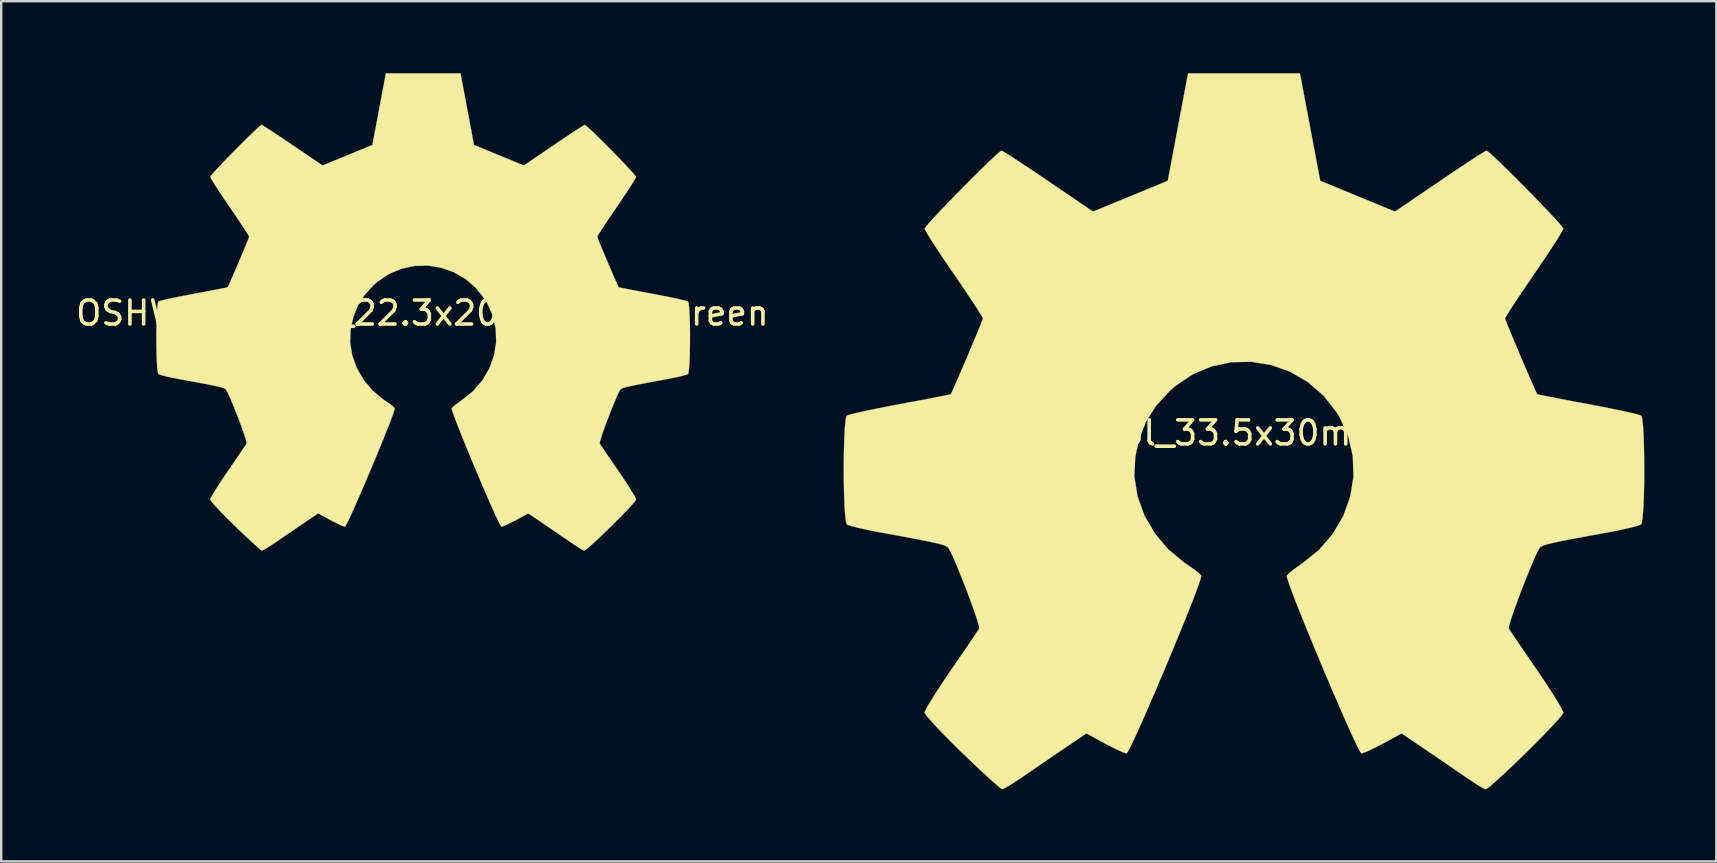
<source format=kicad_pcb>
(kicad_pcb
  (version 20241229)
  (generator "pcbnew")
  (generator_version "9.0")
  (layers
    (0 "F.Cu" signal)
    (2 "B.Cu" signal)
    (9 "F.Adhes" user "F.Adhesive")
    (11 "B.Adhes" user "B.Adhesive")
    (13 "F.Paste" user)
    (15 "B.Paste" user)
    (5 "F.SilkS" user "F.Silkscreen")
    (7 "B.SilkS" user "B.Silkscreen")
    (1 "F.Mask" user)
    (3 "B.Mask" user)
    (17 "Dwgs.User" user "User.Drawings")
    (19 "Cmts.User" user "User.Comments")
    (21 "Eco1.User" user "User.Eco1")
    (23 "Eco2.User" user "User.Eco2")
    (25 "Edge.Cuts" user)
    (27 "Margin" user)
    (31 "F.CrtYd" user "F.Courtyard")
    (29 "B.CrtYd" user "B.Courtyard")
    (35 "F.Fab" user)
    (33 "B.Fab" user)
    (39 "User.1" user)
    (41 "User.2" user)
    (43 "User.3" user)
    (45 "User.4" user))
  (footprint "OSHW-Symbol_22.3x20mm_SilkScreen"
    (layer "F.Cu")
    (at 14.554 9.997)
    (property "Reference" "OSHW-Symbol_22.3x20mm_SilkScreen" (at 0 0 0) (layer "F.SilkS") (effects (font (size 1 1) (thickness 0.15))))
    (attr exclude_from_pos_files exclude_from_bom)
    (fp_poly (pts (xy 1.866 -8.499) (xy 2.148 -7.006) (xy 3.186 -6.578) (xy 4.225 -6.15) (xy 5.471 -6.997) (xy 5.82 -7.233) (xy 6.135 -7.443) (xy 6.402 -7.619) (xy 6.606 -7.75) (xy 6.733 -7.827) (xy 6.767 -7.844) (xy 6.83 -7.801) (xy 6.962 -7.683) (xy 7.151 -7.505) (xy 7.38 -7.281) (xy 7.635 -7.027) (xy 7.901 -6.758) (xy 8.164 -6.489) (xy 8.408 -6.235) (xy 8.618 -6.011) (xy 8.78 -5.833) (xy 8.879 -5.715) (xy 8.902 -5.676) (xy 8.868 -5.603) (xy 8.773 -5.444) (xy 8.627 -5.214) (xy 8.439 -4.929) (xy 8.22 -4.603) (xy 8.093 -4.418) (xy 7.862 -4.079) (xy 7.656 -3.773) (xy 7.487 -3.516) (xy 7.363 -3.322) (xy 7.294 -3.207) (xy 7.284 -3.182) (xy 7.307 -3.114) (xy 7.371 -2.953) (xy 7.465 -2.724) (xy 7.58 -2.448) (xy 7.707 -2.148) (xy 7.835 -1.847) (xy 7.956 -1.567) (xy 8.06 -1.331) (xy 8.136 -1.161) (xy 8.176 -1.08) (xy 8.179 -1.076) (xy 8.242 -1.061) (xy 8.41 -1.026) (xy 8.666 -0.976) (xy 8.992 -0.914) (xy 9.371 -0.842) (xy 9.591 -0.801) (xy 9.996 -0.724) (xy 10.362 -0.651) (xy 10.669 -0.585) (xy 10.901 -0.531) (xy 11.038 -0.493) (xy 11.066 -0.481) (xy 11.093 -0.4) (xy 11.115 -0.215) (xy 11.131 0.051) (xy 11.143 0.376) (xy 11.149 0.74) (xy 11.15 1.12) (xy 11.146 1.495) (xy 11.137 1.843) (xy 11.122 2.143) (xy 11.103 2.373) (xy 11.078 2.512) (xy 11.064 2.541) (xy 10.976 2.576) (xy 10.79 2.625) (xy 10.531 2.684) (xy 10.222 2.746) (xy 10.114 2.766) (xy 9.595 2.861) (xy 9.185 2.938) (xy 8.87 2.999) (xy 8.638 3.048) (xy 8.473 3.087) (xy 8.364 3.12) (xy 8.296 3.15) (xy 8.256 3.179) (xy 8.25 3.185) (xy 8.194 3.278) (xy 8.108 3.461) (xy 8.001 3.71) (xy 7.882 4.002) (xy 7.759 4.317) (xy 7.64 4.631) (xy 7.535 4.921) (xy 7.452 5.167) (xy 7.399 5.345) (xy 7.385 5.432) (xy 7.386 5.435) (xy 7.433 5.507) (xy 7.539 5.665) (xy 7.694 5.892) (xy 7.886 6.173) (xy 8.104 6.491) (xy 8.166 6.581) (xy 8.387 6.908) (xy 8.581 7.206) (xy 8.739 7.459) (xy 8.849 7.649) (xy 8.9 7.759) (xy 8.902 7.772) (xy 8.859 7.843) (xy 8.74 7.983) (xy 8.56 8.178) (xy 8.335 8.412) (xy 8.079 8.67) (xy 7.809 8.938) (xy 7.539 9.199) (xy 7.286 9.44) (xy 7.063 9.644) (xy 6.887 9.797) (xy 6.773 9.884) (xy 6.741 9.899) (xy 6.667 9.865) (xy 6.517 9.775) (xy 6.314 9.643) (xy 6.158 9.537) (xy 5.874 9.342) (xy 5.539 9.112) (xy 5.203 8.883) (xy 5.022 8.761) (xy 4.41 8.347) (xy 3.896 8.625) (xy 3.662 8.746) (xy 3.463 8.841) (xy 3.329 8.895) (xy 3.294 8.902) (xy 3.253 8.847) (xy 3.172 8.69) (xy 3.057 8.447) (xy 2.913 8.131) (xy 2.748 7.758) (xy 2.567 7.341) (xy 2.376 6.895) (xy 2.182 6.435) (xy 1.99 5.974) (xy 1.806 5.528) (xy 1.637 5.111) (xy 1.489 4.737) (xy 1.367 4.421) (xy 1.278 4.177) (xy 1.228 4.019) (xy 1.22 3.965) (xy 1.284 3.896) (xy 1.424 3.784) (xy 1.611 3.652) (xy 1.626 3.642) (xy 2.11 3.255) (xy 2.499 2.804) (xy 2.792 2.303) (xy 2.984 1.766) (xy 3.073 1.208) (xy 3.054 0.643) (xy 2.925 0.086) (xy 2.683 -0.449) (xy 2.611 -0.566) (xy 2.24 -1.038) (xy 1.801 -1.418) (xy 1.31 -1.702) (xy 0.782 -1.89) (xy 0.232 -1.978) (xy -0.325 -1.966) (xy -0.872 -1.85) (xy -1.397 -1.629) (xy -1.882 -1.302) (xy -2.032 -1.169) (xy -2.414 -0.753) (xy -2.692 -0.315) (xy -2.883 0.176) (xy -2.99 0.662) (xy -3.016 1.208) (xy -2.928 1.758) (xy -2.736 2.291) (xy -2.447 2.79) (xy -2.072 3.236) (xy -1.618 3.611) (xy -1.558 3.65) (xy -1.369 3.779) (xy -1.226 3.891) (xy -1.157 3.963) (xy -1.156 3.965) (xy -1.171 4.042) (xy -1.229 4.218) (xy -1.325 4.477) (xy -1.453 4.806) (xy -1.606 5.19) (xy -1.779 5.614) (xy -1.964 6.063) (xy -2.158 6.525) (xy -2.352 6.984) (xy -2.541 7.425) (xy -2.72 7.835) (xy -2.881 8.198) (xy -3.019 8.501) (xy -3.128 8.728) (xy -3.202 8.866) (xy -3.232 8.902) (xy -3.323 8.874) (xy -3.493 8.798) (xy -3.713 8.689) (xy -3.834 8.625) (xy -4.348 8.347) (xy -4.96 8.761) (xy -5.272 8.973) (xy -5.614 9.206) (xy -5.935 9.426) (xy -6.095 9.537) (xy -6.321 9.688) (xy -6.512 9.808) (xy -6.644 9.882) (xy -6.687 9.897) (xy -6.749 9.856) (xy -6.887 9.739) (xy -7.087 9.559) (xy -7.335 9.328) (xy -7.619 9.059) (xy -7.799 8.886) (xy -8.114 8.577) (xy -8.385 8.301) (xy -8.603 8.069) (xy -8.757 7.893) (xy -8.835 7.786) (xy -8.842 7.764) (xy -8.807 7.681) (xy -8.712 7.513) (xy -8.566 7.277) (xy -8.38 6.991) (xy -8.165 6.67) (xy -8.103 6.581) (xy -7.881 6.256) (xy -7.681 5.964) (xy -7.515 5.72) (xy -7.394 5.542) (xy -7.33 5.445) (xy -7.324 5.435) (xy -7.333 5.358) (xy -7.382 5.189) (xy -7.463 4.95) (xy -7.566 4.663) (xy -7.684 4.35) (xy -7.807 4.035) (xy -7.927 3.739) (xy -8.035 3.484) (xy -8.124 3.294) (xy -8.184 3.19) (xy -8.188 3.185) (xy -8.224 3.155) (xy -8.286 3.126) (xy -8.387 3.094) (xy -8.539 3.056) (xy -8.758 3.009) (xy -9.056 2.95) (xy -9.447 2.877) (xy -9.944 2.786) (xy -10.052 2.766) (xy -10.371 2.704) (xy -10.65 2.644) (xy -10.862 2.591) (xy -10.985 2.551) (xy -11.001 2.541) (xy -11.029 2.458) (xy -11.051 2.273) (xy -11.068 2.006) (xy -11.079 1.68) (xy -11.086 1.316) (xy -11.088 0.936) (xy -11.084 0.561) (xy -11.075 0.213) (xy -11.062 -0.086) (xy -11.042 -0.315) (xy -11.018 -0.453) (xy -11.004 -0.481) (xy -10.922 -0.51) (xy -10.736 -0.556) (xy -10.465 -0.616) (xy -10.127 -0.686) (xy -9.74 -0.761) (xy -9.529 -0.801) (xy -9.129 -0.876) (xy -8.773 -0.944) (xy -8.477 -1.001) (xy -8.259 -1.044) (xy -8.137 -1.071) (xy -8.117 -1.076) (xy -8.083 -1.142) (xy -8.011 -1.3) (xy -7.911 -1.528) (xy -7.792 -1.803) (xy -7.664 -2.103) (xy -7.536 -2.404) (xy -7.419 -2.686) (xy -7.321 -2.924) (xy -7.252 -3.097) (xy -7.222 -3.182) (xy -7.222 -3.185) (xy -7.256 -3.252) (xy -7.351 -3.406) (xy -7.497 -3.631) (xy -7.685 -3.912) (xy -7.904 -4.235) (xy -8.031 -4.42) (xy -8.263 -4.76) (xy -8.469 -5.068) (xy -8.639 -5.33) (xy -8.763 -5.529) (xy -8.83 -5.65) (xy -8.84 -5.677) (xy -8.798 -5.74) (xy -8.682 -5.875) (xy -8.506 -6.066) (xy -8.285 -6.299) (xy -8.035 -6.558) (xy -7.77 -6.828) (xy -7.505 -7.095) (xy -7.255 -7.342) (xy -7.034 -7.556) (xy -6.859 -7.72) (xy -6.743 -7.82) (xy -6.704 -7.844) (xy -6.641 -7.811) (xy -6.489 -7.716) (xy -6.265 -7.57) (xy -5.982 -7.383) (xy -5.655 -7.164) (xy -5.409 -6.997) (xy -4.163 -6.15) (xy -3.124 -6.578) (xy -2.086 -7.006) (xy -1.804 -8.499) (xy -1.523 -9.992) (xy 1.585 -9.992) (xy 1.866 -8.499)) (stroke (width 0.01) (type solid)) (fill yes) (layer "F.SilkS")))
  (footprint "OSHW-Symbol_33.5x30mm_SilkScreen"
    (layer "F.Cu")
    (at 48.744 14.993)
    (property "Reference" "OSHW-Symbol_33.5x30mm_SilkScreen" (at 0 0 0) (layer "F.SilkS") (effects (font (size 1 1) (thickness 0.15))))
    (attr exclude_from_pos_files exclude_from_bom)
    (fp_poly (pts (xy 2.8 -12.748) (xy 3.222 -10.509) (xy 4.779 -9.867) (xy 6.337 -9.225) (xy 8.206 -10.495) (xy 8.73 -10.849) (xy 9.203 -11.165) (xy 9.603 -11.429) (xy 9.91 -11.626) (xy 10.1 -11.741) (xy 10.151 -11.766) (xy 10.244 -11.702) (xy 10.443 -11.525) (xy 10.726 -11.257) (xy 11.07 -10.921) (xy 11.453 -10.54) (xy 11.852 -10.137) (xy 12.246 -9.733) (xy 12.612 -9.352) (xy 12.927 -9.017) (xy 13.17 -8.75) (xy 13.318 -8.573) (xy 13.354 -8.514) (xy 13.303 -8.405) (xy 13.16 -8.166) (xy 12.94 -7.821) (xy 12.658 -7.393) (xy 12.33 -6.905) (xy 12.14 -6.627) (xy 11.793 -6.118) (xy 11.485 -5.66) (xy 11.23 -5.274) (xy 11.044 -4.983) (xy 10.941 -4.81) (xy 10.926 -4.774) (xy 10.961 -4.67) (xy 11.056 -4.43) (xy 11.197 -4.086) (xy 11.37 -3.672) (xy 11.56 -3.222) (xy 11.753 -2.77) (xy 11.934 -2.35) (xy 12.089 -1.996) (xy 12.204 -1.741) (xy 12.265 -1.619) (xy 12.268 -1.615) (xy 12.363 -1.591) (xy 12.615 -1.54) (xy 12.999 -1.464) (xy 13.488 -1.37) (xy 14.056 -1.263) (xy 14.387 -1.202) (xy 14.994 -1.086) (xy 15.542 -0.976) (xy 16.004 -0.878) (xy 16.352 -0.797) (xy 16.557 -0.74) (xy 16.599 -0.722) (xy 16.639 -0.599) (xy 16.672 -0.323) (xy 16.697 0.076) (xy 16.714 0.564) (xy 16.723 1.11) (xy 16.725 1.68) (xy 16.719 2.242) (xy 16.705 2.765) (xy 16.683 3.215) (xy 16.654 3.56) (xy 16.618 3.768) (xy 16.596 3.812) (xy 16.464 3.864) (xy 16.185 3.938) (xy 15.796 4.026) (xy 15.333 4.119) (xy 15.172 4.149) (xy 14.393 4.292) (xy 13.777 4.407) (xy 13.305 4.498) (xy 12.956 4.571) (xy 12.71 4.63) (xy 12.546 4.68) (xy 12.444 4.724) (xy 12.384 4.768) (xy 12.375 4.777) (xy 12.291 4.918) (xy 12.162 5.191) (xy 12.002 5.565) (xy 11.823 6.004) (xy 11.638 6.475) (xy 11.46 6.946) (xy 11.302 7.382) (xy 11.178 7.75) (xy 11.098 8.017) (xy 11.078 8.149) (xy 11.079 8.153) (xy 11.15 8.261) (xy 11.309 8.497) (xy 11.541 8.839) (xy 11.829 9.26) (xy 12.156 9.736) (xy 12.249 9.871) (xy 12.58 10.362) (xy 12.872 10.81) (xy 13.108 11.189) (xy 13.273 11.473) (xy 13.35 11.638) (xy 13.354 11.658) (xy 13.289 11.764) (xy 13.11 11.975) (xy 12.84 12.267) (xy 12.502 12.618) (xy 12.119 13.005) (xy 11.714 13.406) (xy 11.309 13.799) (xy 10.928 14.159) (xy 10.594 14.466) (xy 10.33 14.696) (xy 10.159 14.826) (xy 10.112 14.848) (xy 10.001 14.798) (xy 9.775 14.662) (xy 9.471 14.464) (xy 9.236 14.305) (xy 8.812 14.013) (xy 8.309 13.669) (xy 7.804 13.325) (xy 7.533 13.141) (xy 6.615 12.52) (xy 5.845 12.937) (xy 5.494 13.12) (xy 5.195 13.261) (xy 4.993 13.342) (xy 4.942 13.354) (xy 4.88 13.27) (xy 4.758 13.036) (xy 4.585 12.671) (xy 4.37 12.197) (xy 4.122 11.637) (xy 3.851 11.011) (xy 3.564 10.343) (xy 3.273 9.652) (xy 2.985 8.961) (xy 2.709 8.292) (xy 2.456 7.666) (xy 2.233 7.105) (xy 2.051 6.631) (xy 1.917 6.265) (xy 1.842 6.029) (xy 1.83 5.948) (xy 1.926 5.844) (xy 2.136 5.676) (xy 2.416 5.479) (xy 2.44 5.463) (xy 3.164 4.883) (xy 3.749 4.206) (xy 4.188 3.454) (xy 4.476 2.649) (xy 4.609 1.812) (xy 4.581 0.965) (xy 4.388 0.129) (xy 4.024 -0.673) (xy 3.917 -0.849) (xy 3.36 -1.558) (xy 2.701 -2.127) (xy 1.965 -2.554) (xy 1.173 -2.835) (xy 0.348 -2.967) (xy -0.487 -2.948) (xy -1.309 -2.775) (xy -2.095 -2.444) (xy -2.823 -1.953) (xy -3.048 -1.754) (xy -3.621 -1.13) (xy -4.038 -0.473) (xy -4.325 0.263) (xy -4.484 0.993) (xy -4.524 1.813) (xy -4.392 2.636) (xy -4.104 3.437) (xy -3.671 4.185) (xy -3.108 4.854) (xy -2.427 5.416) (xy -2.338 5.475) (xy -2.054 5.669) (xy -1.839 5.837) (xy -1.736 5.944) (xy -1.734 5.948) (xy -1.756 6.064) (xy -1.844 6.327) (xy -1.988 6.716) (xy -2.18 7.209) (xy -2.409 7.784) (xy -2.668 8.42) (xy -2.947 9.095) (xy -3.236 9.788) (xy -3.528 10.476) (xy -3.812 11.137) (xy -4.079 11.752) (xy -4.322 12.297) (xy -4.529 12.751) (xy -4.693 13.092) (xy -4.804 13.299) (xy -4.848 13.354) (xy -4.985 13.311) (xy -5.24 13.198) (xy -5.57 13.033) (xy -5.751 12.937) (xy -6.522 12.52) (xy -7.44 13.141) (xy -7.908 13.459) (xy -8.421 13.809) (xy -8.902 14.139) (xy -9.143 14.305) (xy -9.482 14.532) (xy -9.768 14.713) (xy -9.966 14.823) (xy -10.03 14.846) (xy -10.123 14.783) (xy -10.33 14.608) (xy -10.63 14.338) (xy -11.003 13.992) (xy -11.429 13.588) (xy -11.699 13.329) (xy -12.17 12.865) (xy -12.578 12.451) (xy -12.905 12.103) (xy -13.135 11.84) (xy -13.252 11.678) (xy -13.263 11.646) (xy -13.211 11.521) (xy -13.068 11.269) (xy -12.848 10.916) (xy -12.57 10.486) (xy -12.247 10.005) (xy -12.155 9.871) (xy -11.821 9.384) (xy -11.521 8.946) (xy -11.272 8.581) (xy -11.091 8.313) (xy -10.995 8.168) (xy -10.986 8.153) (xy -11 8.038) (xy -11.074 7.783) (xy -11.194 7.424) (xy -11.349 6.994) (xy -11.525 6.525) (xy -11.71 6.052) (xy -11.89 5.608) (xy -12.053 5.226) (xy -12.186 4.941) (xy -12.275 4.785) (xy -12.282 4.777) (xy -12.337 4.733) (xy -12.429 4.688) (xy -12.58 4.64) (xy -12.809 4.583) (xy -13.137 4.513) (xy -13.584 4.426) (xy -14.17 4.315) (xy -14.917 4.178) (xy -15.078 4.149) (xy -15.557 4.056) (xy -15.974 3.966) (xy -16.294 3.886) (xy -16.478 3.826) (xy -16.502 3.812) (xy -16.543 3.687) (xy -16.576 3.409) (xy -16.601 3.009) (xy -16.619 2.52) (xy -16.629 1.974) (xy -16.632 1.404) (xy -16.626 0.842) (xy -16.613 0.32) (xy -16.592 -0.129) (xy -16.564 -0.473) (xy -16.527 -0.68) (xy -16.505 -0.722) (xy -16.383 -0.765) (xy -16.105 -0.834) (xy -15.698 -0.924) (xy -15.19 -1.029) (xy -14.61 -1.142) (xy -14.294 -1.202) (xy -13.694 -1.314) (xy -13.159 -1.415) (xy -12.715 -1.501) (xy -12.388 -1.567) (xy -12.205 -1.606) (xy -12.175 -1.615) (xy -12.124 -1.713) (xy -12.016 -1.95) (xy -11.866 -2.292) (xy -11.688 -2.704) (xy -11.496 -3.154) (xy -11.304 -3.607) (xy -11.128 -4.029) (xy -10.981 -4.386) (xy -10.878 -4.645) (xy -10.833 -4.772) (xy -10.832 -4.778) (xy -10.883 -4.878) (xy -11.026 -5.108) (xy -11.246 -5.446) (xy -11.527 -5.868) (xy -11.855 -6.352) (xy -12.046 -6.63) (xy -12.394 -7.14) (xy -12.703 -7.602) (xy -12.958 -7.995) (xy -13.144 -8.293) (xy -13.246 -8.475) (xy -13.26 -8.515) (xy -13.197 -8.61) (xy -13.022 -8.812) (xy -12.758 -9.099) (xy -12.428 -9.448) (xy -12.052 -9.837) (xy -11.655 -10.242) (xy -11.257 -10.642) (xy -10.882 -11.013) (xy -10.551 -11.333) (xy -10.288 -11.58) (xy -10.114 -11.73) (xy -10.056 -11.766) (xy -9.961 -11.716) (xy -9.734 -11.574) (xy -9.398 -11.356) (xy -8.973 -11.075) (xy -8.483 -10.746) (xy -8.113 -10.495) (xy -6.244 -9.225) (xy -4.686 -9.867) (xy -3.128 -10.509) (xy -2.706 -12.748) (xy -2.284 -14.988) (xy 2.377 -14.988) (xy 2.8 -12.748)) (stroke (width 0.01) (type solid)) (fill yes) (layer "F.SilkS")))
  (gr_rect
    (start -3 -3)
    (end 68.473 32.846)
    (stroke (width 0.1) (type default))
    (fill no)
    (layer "Edge.Cuts")))
</source>
